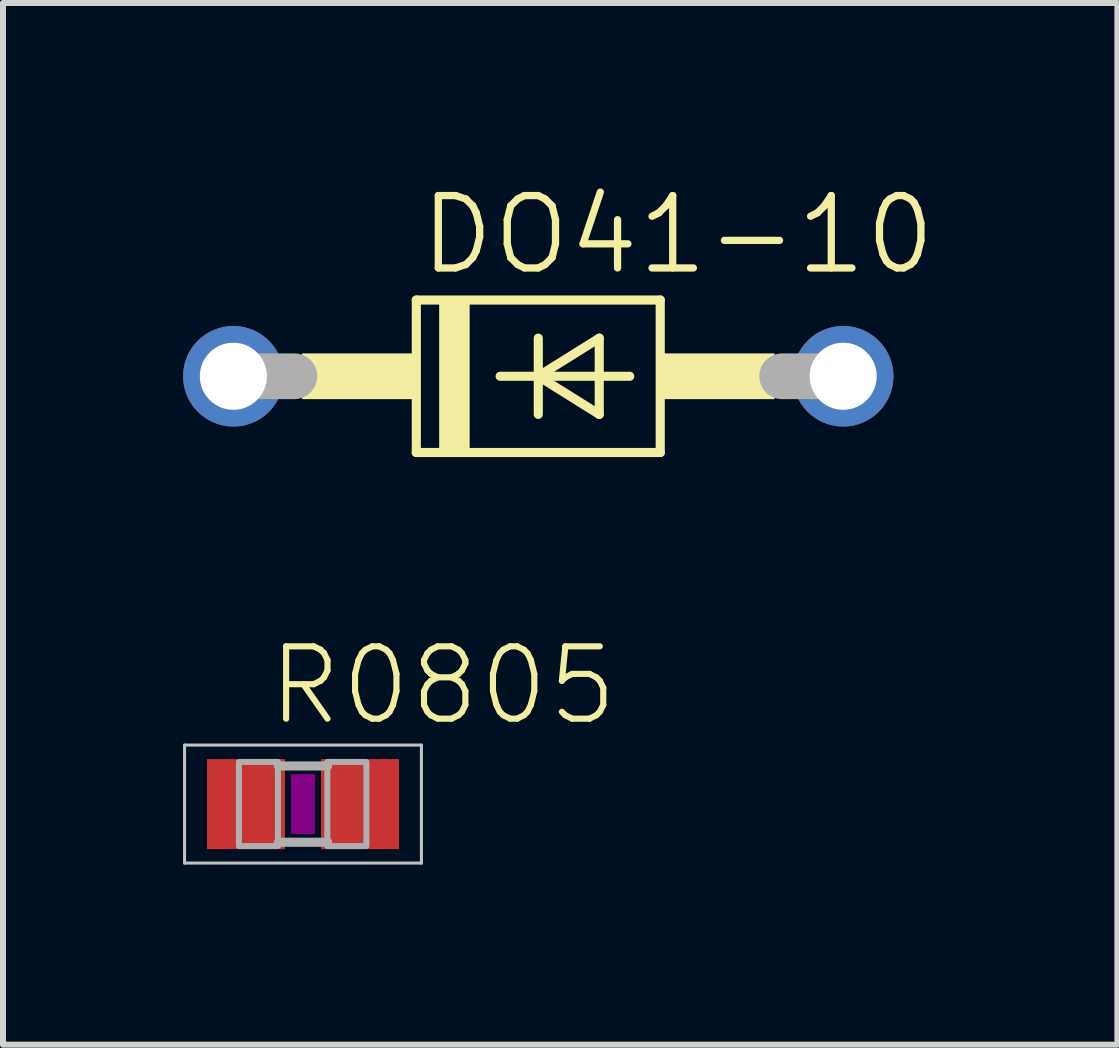
<source format=kicad_pcb>
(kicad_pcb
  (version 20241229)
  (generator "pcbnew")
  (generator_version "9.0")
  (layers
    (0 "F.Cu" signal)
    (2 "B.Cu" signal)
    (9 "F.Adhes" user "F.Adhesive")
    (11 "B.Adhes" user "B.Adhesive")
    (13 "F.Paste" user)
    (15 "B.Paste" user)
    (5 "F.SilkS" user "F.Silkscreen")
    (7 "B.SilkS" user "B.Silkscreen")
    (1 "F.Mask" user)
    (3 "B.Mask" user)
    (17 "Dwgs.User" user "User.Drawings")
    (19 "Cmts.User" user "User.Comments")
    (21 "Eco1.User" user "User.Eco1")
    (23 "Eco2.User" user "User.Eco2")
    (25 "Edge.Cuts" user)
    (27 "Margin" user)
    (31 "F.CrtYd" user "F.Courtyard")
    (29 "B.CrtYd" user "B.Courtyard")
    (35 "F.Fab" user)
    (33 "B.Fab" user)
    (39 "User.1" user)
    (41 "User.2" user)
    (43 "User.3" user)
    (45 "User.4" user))
  (footprint "DO41-10"
    (layer "F.Cu")
    (at 5.918 3.219)
    (property "Reference" "DO41-10" (at -2.032 -1.651 180) (layer "F.SilkS") (effects (font (size 1.206 1.206) (thickness 0.121)) (justify left bottom)))
    (attr through_hole)
    (fp_line (start -2.032 -1.27) (end -2.032 1.27) (stroke (width 0.152) (type solid)) (layer "F.SilkS"))
    (fp_line (start -2.032 -1.27) (end 2.032 -1.27) (stroke (width 0.152) (type solid)) (layer "F.SilkS"))
    (fp_line (start -0.635 0) (end 0 0) (stroke (width 0.152) (type solid)) (layer "F.SilkS"))
    (fp_line (start 0 -0.635) (end 0 0) (stroke (width 0.152) (type solid)) (layer "F.SilkS"))
    (fp_line (start 0 0) (end 0 0.635) (stroke (width 0.152) (type solid)) (layer "F.SilkS"))
    (fp_line (start 0 0) (end 1.016 -0.635) (stroke (width 0.152) (type solid)) (layer "F.SilkS"))
    (fp_line (start 0 0) (end 1.524 0) (stroke (width 0.152) (type solid)) (layer "F.SilkS"))
    (fp_line (start 1.016 -0.635) (end 1.016 0.635) (stroke (width 0.152) (type solid)) (layer "F.SilkS"))
    (fp_line (start 1.016 0.635) (end 0 0) (stroke (width 0.152) (type solid)) (layer "F.SilkS"))
    (fp_line (start 2.032 1.27) (end -2.032 1.27) (stroke (width 0.152) (type solid)) (layer "F.SilkS"))
    (fp_line (start 2.032 1.27) (end 2.032 -1.27) (stroke (width 0.152) (type solid)) (layer "F.SilkS"))
    (fp_poly (pts (xy -3.937 0.381) (xy -2.032 0.381) (xy -2.032 -0.381) (xy -3.937 -0.381)) (stroke (width 0) (type solid)) (fill yes) (layer "F.SilkS"))
    (fp_poly (pts (xy -1.651 1.27) (xy -1.143 1.27) (xy -1.143 -1.27) (xy -1.651 -1.27)) (stroke (width 0) (type solid)) (fill yes) (layer "F.SilkS"))
    (fp_poly (pts (xy 2.032 0.381) (xy 3.937 0.381) (xy 3.937 -0.381) (xy 2.032 -0.381)) (stroke (width 0) (type solid)) (fill yes) (layer "F.SilkS"))
    (fp_line (start -5.08 0) (end -4.064 0) (stroke (width 0.762) (type solid)) (layer "F.Fab"))
    (fp_line (start 5.08 0) (end 4.064 0) (stroke (width 0.762) (type solid)) (layer "F.Fab"))
    (pad "A" thru_hole circle (at 5.08 0) (size 1.676 1.676) (drill 1.118) (layers "*.Cu" "*.Mask"))
    (pad "C" thru_hole circle (at -5.08 0) (size 1.676 1.676) (drill 1.118) (layers "*.Cu" "*.Mask")))
  (footprint "R0805"
    (layer "F.Cu")
    (at 1.998 10.347)
    (property "Reference" "R0805" (at -0.635 -1.27 0) (layer "F.SilkS") (effects (font (size 1.206 1.206) (thickness 0.102)) (justify left bottom)))
    (attr through_hole)
    (fp_poly (pts (xy -0.2 0.5) (xy 0.2 0.5) (xy 0.2 -0.5) (xy -0.2 -0.5)) (stroke (width 0) (type solid)) (fill yes) (layer "F.Adhes"))
    (fp_line (start -1.973 -0.983) (end 1.973 -0.983) (stroke (width 0.051) (type solid)) (layer "Dwgs.User"))
    (fp_line (start -1.973 0.983) (end -1.973 -0.983) (stroke (width 0.051) (type solid)) (layer "Dwgs.User"))
    (fp_line (start 1.973 -0.983) (end 1.973 0.983) (stroke (width 0.051) (type solid)) (layer "Dwgs.User"))
    (fp_line (start 1.973 0.983) (end -1.973 0.983) (stroke (width 0.051) (type solid)) (layer "Dwgs.User"))
    (fp_line (start -0.41 -0.635) (end 0.41 -0.635) (stroke (width 0.152) (type solid)) (layer "F.Fab"))
    (fp_line (start -0.41 0.635) (end 0.41 0.635) (stroke (width 0.152) (type solid)) (layer "F.Fab"))
    (fp_poly (pts (xy -1.067 0.699) (xy -0.417 0.699) (xy -0.417 -0.702) (xy -1.067 -0.702)) (stroke (width 0.1) (type solid)) (fill no) (layer "F.Fab"))
    (fp_poly (pts (xy 0.406 0.699) (xy 1.056 0.699) (xy 1.056 -0.702) (xy 0.406 -0.702)) (stroke (width 0.1) (type solid)) (fill no) (layer "F.Fab"))
    (pad "1" smd rect (at -0.95 0) (size 1.3 1.5) (layers "F.Cu" "F.Mask" "F.Paste"))
    (pad "2" smd rect (at 0.95 0) (size 1.3 1.5) (layers "F.Cu" "F.Mask" "F.Paste")))
  (gr_rect
    (start -3 -3)
    (end 15.567 14.355)
    (stroke (width 0.1) (type default))
    (fill no)
    (layer "Edge.Cuts")))
</source>
